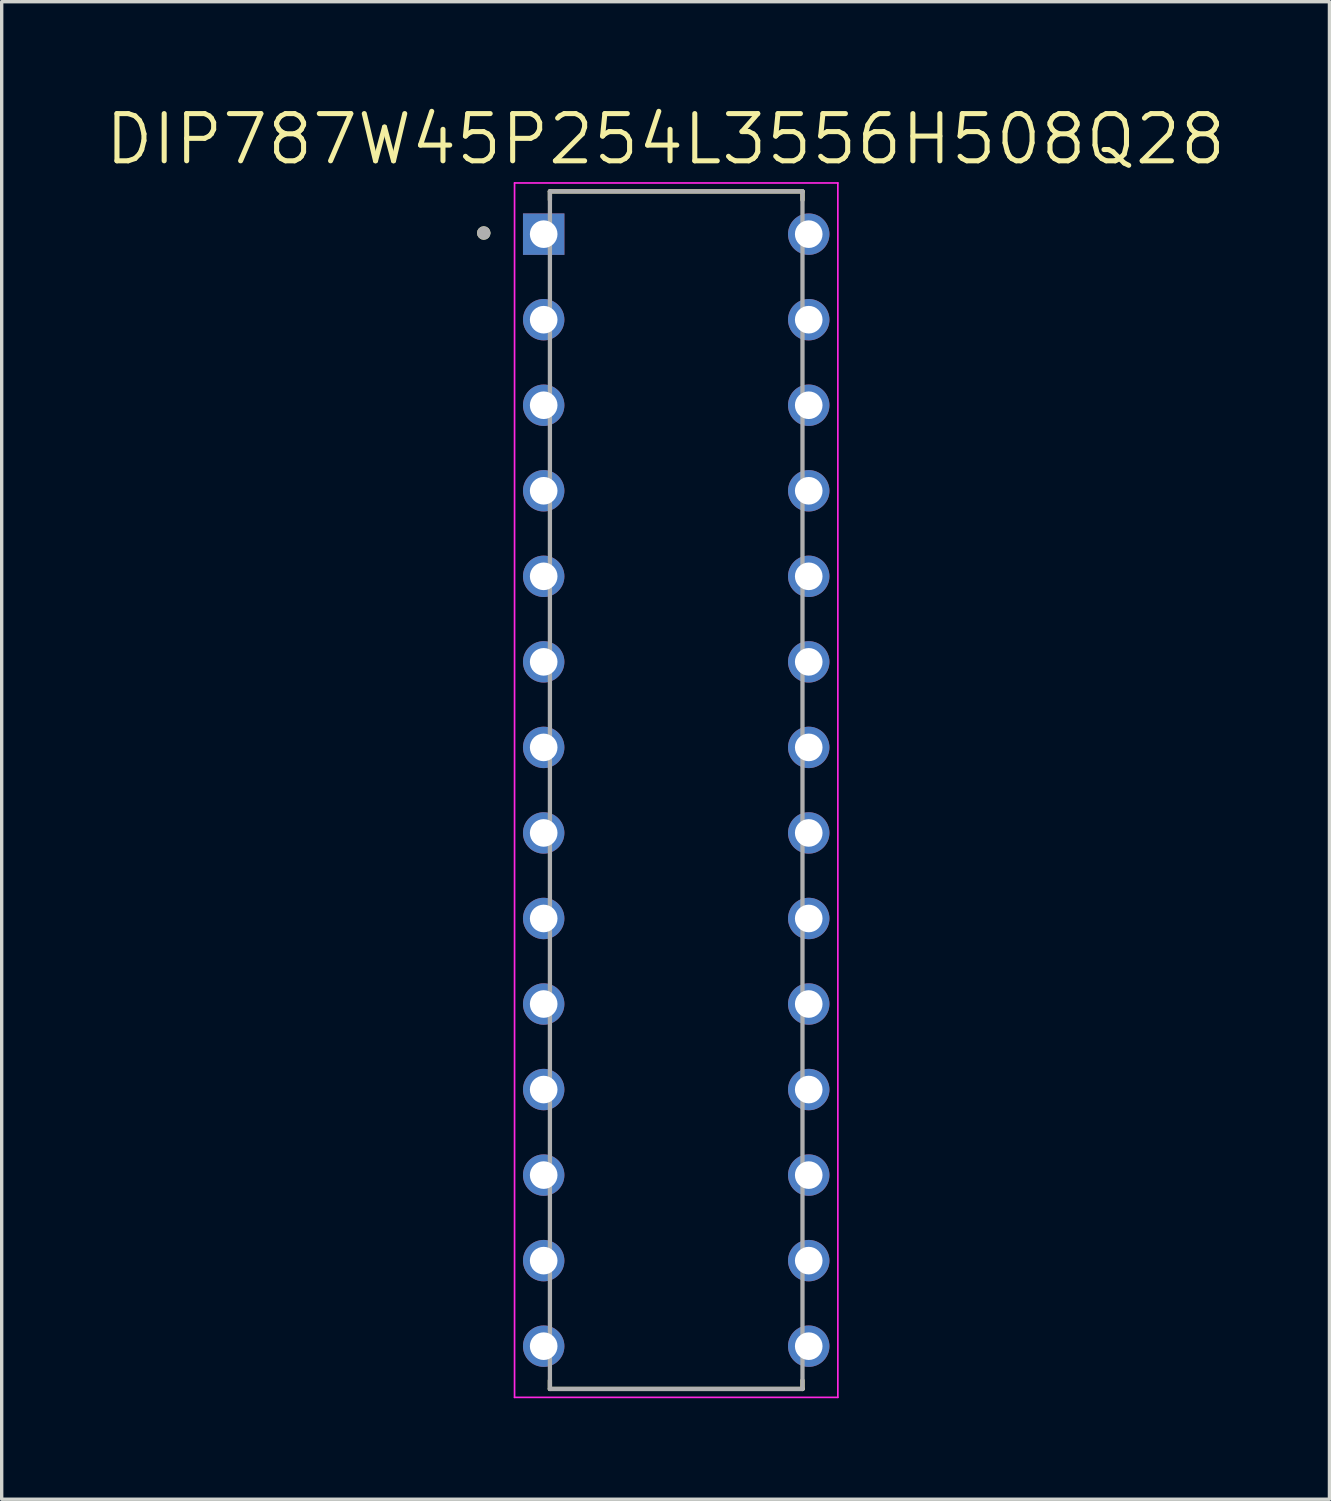
<source format=kicad_pcb>
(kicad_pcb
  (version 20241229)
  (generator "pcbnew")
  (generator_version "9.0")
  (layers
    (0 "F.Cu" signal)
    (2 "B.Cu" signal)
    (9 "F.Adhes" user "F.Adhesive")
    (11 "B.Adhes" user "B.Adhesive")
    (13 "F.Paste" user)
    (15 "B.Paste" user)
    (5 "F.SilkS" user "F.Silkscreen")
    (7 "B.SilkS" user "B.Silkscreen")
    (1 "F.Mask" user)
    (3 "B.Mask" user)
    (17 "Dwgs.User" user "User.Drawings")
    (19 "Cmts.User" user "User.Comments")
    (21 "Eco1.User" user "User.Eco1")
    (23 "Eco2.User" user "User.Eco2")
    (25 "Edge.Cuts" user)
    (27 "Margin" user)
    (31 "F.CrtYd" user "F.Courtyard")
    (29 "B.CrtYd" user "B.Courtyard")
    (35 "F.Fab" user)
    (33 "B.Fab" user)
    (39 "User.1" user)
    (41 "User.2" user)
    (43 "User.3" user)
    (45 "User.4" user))
  (footprint "DIP787W45P254L3556H508Q28"
    (layer "F.Cu")
    (at 17.029 20.413)
    (property "Reference" "DIP787W45P254L3556H508Q28" (at -0.316 -19.329 0) (layer "F.SilkS") (effects (font (size 1.402 1.402) (thickness 0.15))))
    (attr through_hole)
    (fp_line (start -3.75 -17.78) (end -3.75 -17.526) (stroke (width 0.127) (type solid)) (layer "F.SilkS"))
    (fp_line (start -3.75 17.78) (end -3.75 17.526) (stroke (width 0.127) (type solid)) (layer "F.SilkS"))
    (fp_line (start 3.75 -17.78) (end -3.75 -17.78) (stroke (width 0.127) (type solid)) (layer "F.SilkS"))
    (fp_line (start 3.75 -17.78) (end 3.75 -17.526) (stroke (width 0.127) (type solid)) (layer "F.SilkS"))
    (fp_line (start 3.75 17.78) (end -3.75 17.78) (stroke (width 0.127) (type solid)) (layer "F.SilkS"))
    (fp_line (start 3.75 17.78) (end 3.75 17.526) (stroke (width 0.127) (type solid)) (layer "F.SilkS"))
    (fp_circle (center -5.714 -16.544) (end -5.614 -16.544) (stroke (width 0.2) (type solid)) (fill no) (layer "F.SilkS"))
    (fp_line (start -4.8 -18.03) (end -4.8 18.03) (stroke (width 0.05) (type solid)) (layer "F.CrtYd"))
    (fp_line (start -4.8 18.03) (end 4.8 18.03) (stroke (width 0.05) (type solid)) (layer "F.CrtYd"))
    (fp_line (start 4.8 -18.03) (end -4.8 -18.03) (stroke (width 0.05) (type solid)) (layer "F.CrtYd"))
    (fp_line (start 4.8 18.03) (end 4.8 -18.03) (stroke (width 0.05) (type solid)) (layer "F.CrtYd"))
    (fp_line (start -3.75 -17.78) (end -3.75 17.78) (stroke (width 0.127) (type solid)) (layer "F.Fab"))
    (fp_line (start -3.75 17.78) (end 3.75 17.78) (stroke (width 0.127) (type solid)) (layer "F.Fab"))
    (fp_line (start 3.75 -17.78) (end -3.75 -17.78) (stroke (width 0.127) (type solid)) (layer "F.Fab"))
    (fp_line (start 3.75 17.78) (end 3.75 -17.78) (stroke (width 0.127) (type solid)) (layer "F.Fab"))
    (fp_circle (center -5.714 -16.544) (end -5.614 -16.544) (stroke (width 0.2) (type solid)) (fill no) (layer "F.Fab"))
    (pad "1" thru_hole rect (at -3.935 -16.51) (size 1.23 1.23) (drill 0.82) (layers "*.Cu" "*.Mask"))
    (pad "2" thru_hole circle (at -3.935 -13.97) (size 1.23 1.23) (drill 0.82) (layers "*.Cu" "*.Mask"))
    (pad "3" thru_hole circle (at -3.935 -11.43) (size 1.23 1.23) (drill 0.82) (layers "*.Cu" "*.Mask"))
    (pad "4" thru_hole circle (at -3.935 -8.89) (size 1.23 1.23) (drill 0.82) (layers "*.Cu" "*.Mask"))
    (pad "5" thru_hole circle (at -3.935 -6.35) (size 1.23 1.23) (drill 0.82) (layers "*.Cu" "*.Mask"))
    (pad "6" thru_hole circle (at -3.935 -3.81) (size 1.23 1.23) (drill 0.82) (layers "*.Cu" "*.Mask"))
    (pad "7" thru_hole circle (at -3.935 -1.27) (size 1.23 1.23) (drill 0.82) (layers "*.Cu" "*.Mask"))
    (pad "8" thru_hole circle (at -3.935 1.27) (size 1.23 1.23) (drill 0.82) (layers "*.Cu" "*.Mask"))
    (pad "9" thru_hole circle (at -3.935 3.81) (size 1.23 1.23) (drill 0.82) (layers "*.Cu" "*.Mask"))
    (pad "10" thru_hole circle (at -3.935 6.35) (size 1.23 1.23) (drill 0.82) (layers "*.Cu" "*.Mask"))
    (pad "11" thru_hole circle (at -3.935 8.89) (size 1.23 1.23) (drill 0.82) (layers "*.Cu" "*.Mask"))
    (pad "12" thru_hole circle (at -3.935 11.43) (size 1.23 1.23) (drill 0.82) (layers "*.Cu" "*.Mask"))
    (pad "13" thru_hole circle (at -3.935 13.97) (size 1.23 1.23) (drill 0.82) (layers "*.Cu" "*.Mask"))
    (pad "14" thru_hole circle (at -3.935 16.51) (size 1.23 1.23) (drill 0.82) (layers "*.Cu" "*.Mask"))
    (pad "15" thru_hole circle (at 3.935 16.51) (size 1.23 1.23) (drill 0.82) (layers "*.Cu" "*.Mask"))
    (pad "16" thru_hole circle (at 3.935 13.97) (size 1.23 1.23) (drill 0.82) (layers "*.Cu" "*.Mask"))
    (pad "17" thru_hole circle (at 3.935 11.43) (size 1.23 1.23) (drill 0.82) (layers "*.Cu" "*.Mask"))
    (pad "18" thru_hole circle (at 3.935 8.89) (size 1.23 1.23) (drill 0.82) (layers "*.Cu" "*.Mask"))
    (pad "19" thru_hole circle (at 3.935 6.35) (size 1.23 1.23) (drill 0.82) (layers "*.Cu" "*.Mask"))
    (pad "20" thru_hole circle (at 3.935 3.81) (size 1.23 1.23) (drill 0.82) (layers "*.Cu" "*.Mask"))
    (pad "21" thru_hole circle (at 3.935 1.27) (size 1.23 1.23) (drill 0.82) (layers "*.Cu" "*.Mask"))
    (pad "22" thru_hole circle (at 3.935 -1.27) (size 1.23 1.23) (drill 0.82) (layers "*.Cu" "*.Mask"))
    (pad "23" thru_hole circle (at 3.935 -3.81) (size 1.23 1.23) (drill 0.82) (layers "*.Cu" "*.Mask"))
    (pad "24" thru_hole circle (at 3.935 -6.35) (size 1.23 1.23) (drill 0.82) (layers "*.Cu" "*.Mask"))
    (pad "25" thru_hole circle (at 3.935 -8.89) (size 1.23 1.23) (drill 0.82) (layers "*.Cu" "*.Mask"))
    (pad "26" thru_hole circle (at 3.935 -11.43) (size 1.23 1.23) (drill 0.82) (layers "*.Cu" "*.Mask"))
    (pad "27" thru_hole circle (at 3.935 -13.97) (size 1.23 1.23) (drill 0.82) (layers "*.Cu" "*.Mask"))
    (pad "28" thru_hole circle (at 3.935 -16.51) (size 1.23 1.23) (drill 0.82) (layers "*.Cu" "*.Mask")))
  (gr_rect
    (start -3 -3)
    (end 36.426 41.468)
    (stroke (width 0.1) (type default))
    (fill no)
    (layer "Edge.Cuts")))
</source>
